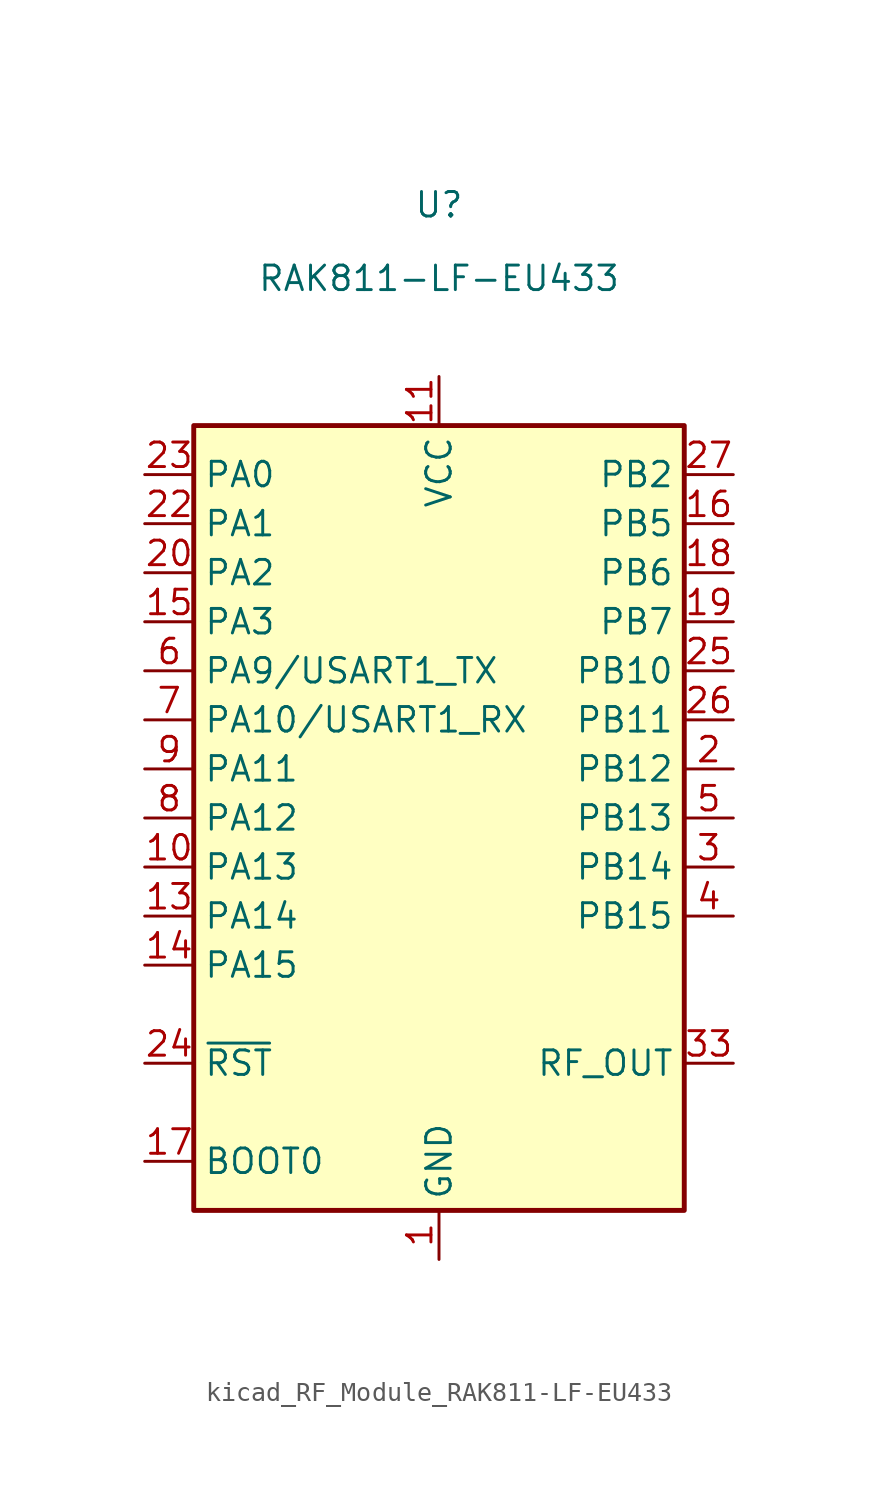
<source format=kicad_sym>
(kicad_symbol_lib
  (version 20220914)
  (generator kicad_symbol_editor)
  (symbol "kicad_RF_Module_RAK811-LF-EU433"
    (property "Reference" "U"
      (at 0 31.75 0)
      (effects (font (size 1.27 1.27))))
    (property "Value" "RAK811-LF-EU433"
      (at 0 27.94 0)
      (effects (font (size 1.27 1.27))))
    (symbol "kicad_RF_Module_RAK811-LF-EU433_0_0"
      (pin power_in line (at 0 -22.86 90) (length 2.54) (name "GND" (effects (font (size 1.27 1.27)))) (number "1" (effects (font (size 1.27 1.27)))))
      (pin bidirectional line (at -15.24 -2.54 0) (length 2.54) (name "PA13" (effects (font (size 1.27 1.27)))) (number "10" (effects (font (size 1.27 1.27)))))
      (pin power_in line (at 0 22.86 270) (length 2.54) (name "VCC" (effects (font (size 1.27 1.27)))) (number "11" (effects (font (size 1.27 1.27)))))
      (pin passive line (at 0 -22.86 90) (length 2.54) hide (name "GND" (effects (font (size 1.27 1.27)))) (number "12" (effects (font (size 1.27 1.27)))))
      (pin bidirectional line (at -15.24 -5.08 0) (length 2.54) (name "PA14" (effects (font (size 1.27 1.27)))) (number "13" (effects (font (size 1.27 1.27)))))
      (pin bidirectional line (at -15.24 -7.62 0) (length 2.54) (name "PA15" (effects (font (size 1.27 1.27)))) (number "14" (effects (font (size 1.27 1.27)))))
      (pin bidirectional line (at -15.24 10.16 0) (length 2.54) (name "PA3" (effects (font (size 1.27 1.27)))) (number "15" (effects (font (size 1.27 1.27)))))
      (pin bidirectional line (at 15.24 15.24 180) (length 2.54) (name "PB5" (effects (font (size 1.27 1.27)))) (number "16" (effects (font (size 1.27 1.27)))))
      (pin input line (at -15.24 -17.78 0) (length 2.54) (name "BOOT0" (effects (font (size 1.27 1.27)))) (number "17" (effects (font (size 1.27 1.27)))))
      (pin bidirectional line (at 15.24 12.7 180) (length 2.54) (name "PB6" (effects (font (size 1.27 1.27)))) (number "18" (effects (font (size 1.27 1.27)))))
      (pin bidirectional line (at 15.24 10.16 180) (length 2.54) (name "PB7" (effects (font (size 1.27 1.27)))) (number "19" (effects (font (size 1.27 1.27)))))
      (pin bidirectional line (at 15.24 2.54 180) (length 2.54) (name "PB12" (effects (font (size 1.27 1.27)))) (number "2" (effects (font (size 1.27 1.27)))))
      (pin bidirectional line (at -15.24 12.7 0) (length 2.54) (name "PA2" (effects (font (size 1.27 1.27)))) (number "20" (effects (font (size 1.27 1.27)))))
      (pin passive line (at 0 -22.86 90) (length 2.54) hide (name "GND" (effects (font (size 1.27 1.27)))) (number "21" (effects (font (size 1.27 1.27)))))
      (pin bidirectional line (at -15.24 15.24 0) (length 2.54) (name "PA1" (effects (font (size 1.27 1.27)))) (number "22" (effects (font (size 1.27 1.27)))))
      (pin bidirectional line (at -15.24 17.78 0) (length 2.54) (name "PA0" (effects (font (size 1.27 1.27)))) (number "23" (effects (font (size 1.27 1.27)))))
      (pin input line (at -15.24 -12.7 0) (length 2.54) (name "~{RST}" (effects (font (size 1.27 1.27)))) (number "24" (effects (font (size 1.27 1.27)))))
      (pin bidirectional line (at 15.24 7.62 180) (length 2.54) (name "PB10" (effects (font (size 1.27 1.27)))) (number "25" (effects (font (size 1.27 1.27)))))
      (pin bidirectional line (at 15.24 5.08 180) (length 2.54) (name "PB11" (effects (font (size 1.27 1.27)))) (number "26" (effects (font (size 1.27 1.27)))))
      (pin bidirectional line (at 15.24 17.78 180) (length 2.54) (name "PB2" (effects (font (size 1.27 1.27)))) (number "27" (effects (font (size 1.27 1.27)))))
      (pin passive line (at 0 -22.86 90) (length 2.54) hide (name "GND" (effects (font (size 1.27 1.27)))) (number "28" (effects (font (size 1.27 1.27)))))
      (pin passive line (at 0 -22.86 90) (length 2.54) hide (name "GND" (effects (font (size 1.27 1.27)))) (number "29" (effects (font (size 1.27 1.27)))))
      (pin bidirectional line (at 15.24 -2.54 180) (length 2.54) (name "PB14" (effects (font (size 1.27 1.27)))) (number "3" (effects (font (size 1.27 1.27)))))
      (pin passive line (at 0 -22.86 90) (length 2.54) hide (name "GND" (effects (font (size 1.27 1.27)))) (number "30" (effects (font (size 1.27 1.27)))))
      (pin passive line (at 0 -22.86 90) (length 2.54) hide (name "GND" (effects (font (size 1.27 1.27)))) (number "31" (effects (font (size 1.27 1.27)))))
      (pin passive line (at 0 -22.86 90) (length 2.54) hide (name "GND" (effects (font (size 1.27 1.27)))) (number "32" (effects (font (size 1.27 1.27)))))
      (pin passive line (at 15.24 -12.7 180) (length 2.54) (name "RF_OUT" (effects (font (size 1.27 1.27)))) (number "33" (effects (font (size 1.27 1.27)))))
      (pin passive line (at 0 -22.86 90) (length 2.54) hide (name "GND" (effects (font (size 1.27 1.27)))) (number "34" (effects (font (size 1.27 1.27)))))
      (pin bidirectional line (at 15.24 -5.08 180) (length 2.54) (name "PB15" (effects (font (size 1.27 1.27)))) (number "4" (effects (font (size 1.27 1.27)))))
      (pin bidirectional line (at 15.24 0 180) (length 2.54) (name "PB13" (effects (font (size 1.27 1.27)))) (number "5" (effects (font (size 1.27 1.27)))))
      (pin bidirectional line (at -15.24 7.62 0) (length 2.54) (name "PA9/USART1_TX" (effects (font (size 1.27 1.27)))) (number "6" (effects (font (size 1.27 1.27)))))
      (pin bidirectional line (at -15.24 5.08 0) (length 2.54) (name "PA10/USART1_RX" (effects (font (size 1.27 1.27)))) (number "7" (effects (font (size 1.27 1.27)))))
      (pin bidirectional line (at -15.24 0 0) (length 2.54) (name "PA12" (effects (font (size 1.27 1.27)))) (number "8" (effects (font (size 1.27 1.27)))))
      (pin bidirectional line (at -15.24 2.54 0) (length 2.54) (name "PA11" (effects (font (size 1.27 1.27)))) (number "9" (effects (font (size 1.27 1.27))))))
    (symbol "kicad_RF_Module_RAK811-LF-EU433_0_1"
      (rectangle (start 12.7 -20.32) (end -12.7 20.32) (stroke (width 0.254) (type default)) (fill (type background))))))
</source>
